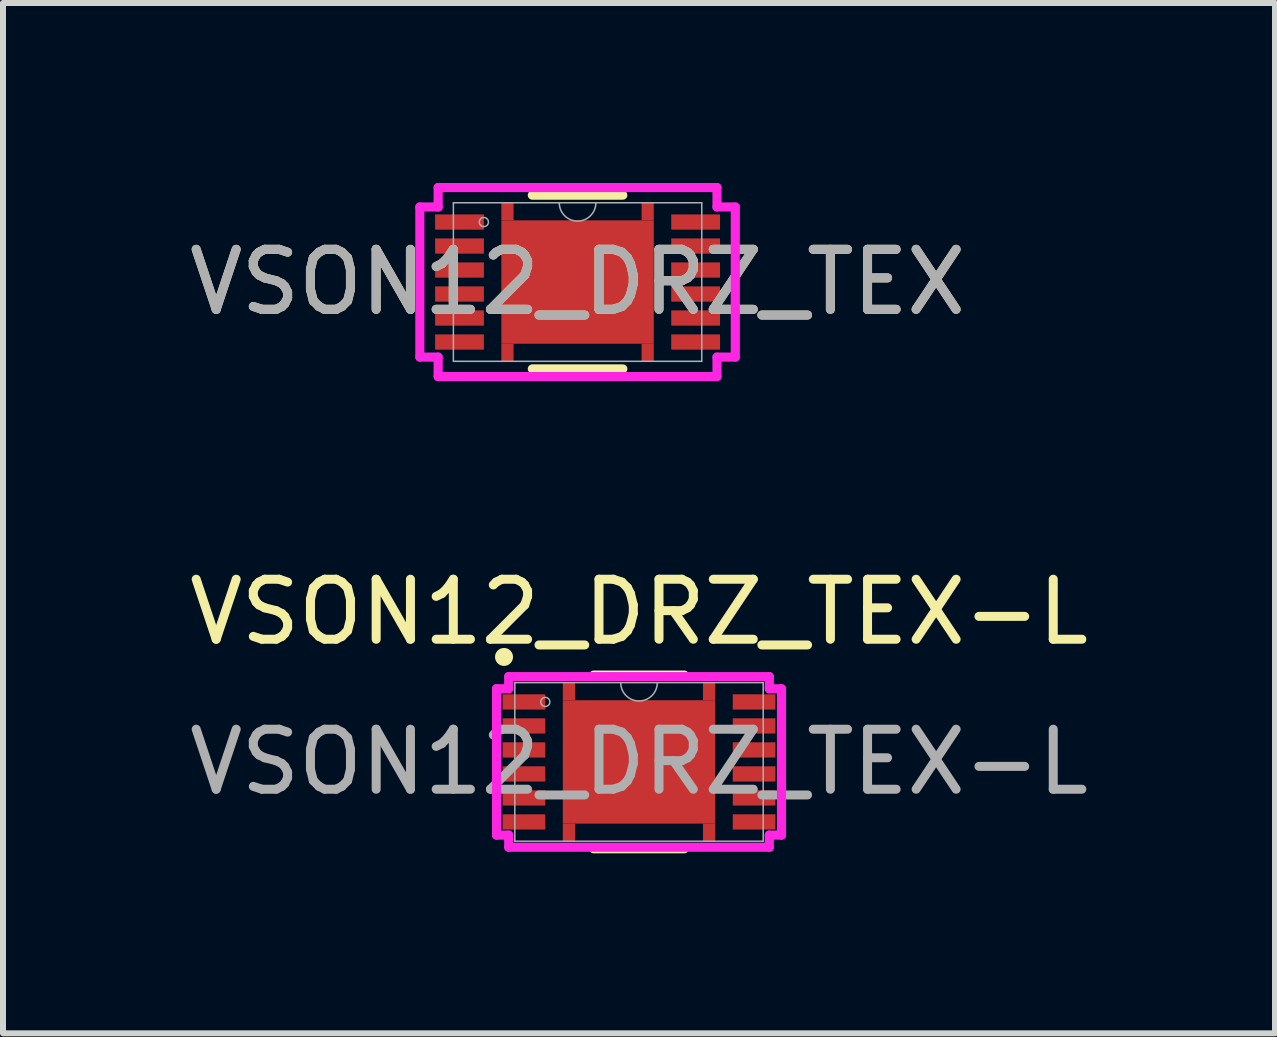
<source format=kicad_pcb>
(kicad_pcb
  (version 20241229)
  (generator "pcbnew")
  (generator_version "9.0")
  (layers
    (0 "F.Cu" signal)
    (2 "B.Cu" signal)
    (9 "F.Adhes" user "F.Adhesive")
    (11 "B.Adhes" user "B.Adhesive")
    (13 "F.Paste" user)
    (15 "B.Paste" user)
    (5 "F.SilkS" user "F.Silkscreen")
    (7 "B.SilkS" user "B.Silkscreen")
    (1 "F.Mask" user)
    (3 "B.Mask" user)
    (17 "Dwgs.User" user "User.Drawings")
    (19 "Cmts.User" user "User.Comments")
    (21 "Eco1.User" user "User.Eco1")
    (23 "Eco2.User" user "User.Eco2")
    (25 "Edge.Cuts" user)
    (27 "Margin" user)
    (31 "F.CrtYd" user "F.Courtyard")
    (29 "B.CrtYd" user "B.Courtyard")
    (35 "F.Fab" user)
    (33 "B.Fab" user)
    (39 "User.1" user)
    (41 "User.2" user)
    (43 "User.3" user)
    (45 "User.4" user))
  (footprint "VSON12_DRZ_TEX"
    (layer "F.Cu")
    (at 6.577 1.651)
    (property "Reference" "VSON12_DRZ_TEX" (at 0 0 0) (unlocked yes) (layer "F.SilkS") (effects (font (size 1 1) (thickness 0.15))))
    (attr smd)
    (fp_poly (pts (xy -1.27 -1.029) (xy -1.27 -1.333) (xy -1.067 -1.333) (xy -1.067 -1.029)) (stroke (width 0) (type solid)) (fill yes) (layer "F.Cu"))
    (fp_poly (pts (xy -1.27 1.029) (xy -1.27 1.333) (xy -1.067 1.333) (xy -1.067 1.029)) (stroke (width 0) (type solid)) (fill yes) (layer "F.Cu"))
    (fp_poly (pts (xy 1.27 -1.029) (xy 1.27 -1.333) (xy 1.067 -1.333) (xy 1.067 -1.029)) (stroke (width 0) (type solid)) (fill yes) (layer "F.Cu"))
    (fp_poly (pts (xy 1.27 1.029) (xy 1.27 1.333) (xy 1.067 1.333) (xy 1.067 1.029)) (stroke (width 0) (type solid)) (fill yes) (layer "F.Cu"))
    (fp_poly (pts (xy -1.27 -1.029) (xy -1.27 -1.333) (xy -1.067 -1.333) (xy -1.067 -1.029)) (stroke (width 0) (type solid)) (fill yes) (layer "F.Mask"))
    (fp_poly (pts (xy -1.27 1.029) (xy -1.27 1.333) (xy -1.067 1.333) (xy -1.067 1.029)) (stroke (width 0) (type solid)) (fill yes) (layer "F.Mask"))
    (fp_poly (pts (xy 1.27 -1.029) (xy 1.27 -1.333) (xy 1.067 -1.333) (xy 1.067 -1.029)) (stroke (width 0) (type solid)) (fill yes) (layer "F.Mask"))
    (fp_poly (pts (xy 1.27 1.029) (xy 1.27 1.333) (xy 1.067 1.333) (xy 1.067 1.029)) (stroke (width 0) (type solid)) (fill yes) (layer "F.Mask"))
    (fp_line (start -0.754 1.448) (end 0.754 1.448) (stroke (width 0.152) (type solid)) (layer "F.SilkS"))
    (fp_line (start 0.754 -1.448) (end -0.754 -1.448) (stroke (width 0.152) (type solid)) (layer "F.SilkS"))
    (fp_poly (pts (xy -1.27 -1.029) (xy -1.27 -1.333) (xy -1.067 -1.333) (xy -1.067 -1.029)) (stroke (width 0) (type solid)) (fill yes) (layer "F.Paste"))
    (fp_poly (pts (xy -1.27 1.029) (xy -1.27 1.333) (xy -1.067 1.333) (xy -1.067 1.029)) (stroke (width 0) (type solid)) (fill yes) (layer "F.Paste"))
    (fp_poly (pts (xy 1.27 -1.029) (xy 1.27 -1.333) (xy 1.067 -1.333) (xy 1.067 -1.029)) (stroke (width 0) (type solid)) (fill yes) (layer "F.Paste"))
    (fp_poly (pts (xy 1.27 1.029) (xy 1.27 1.333) (xy 1.067 1.333) (xy 1.067 1.029)) (stroke (width 0) (type solid)) (fill yes) (layer "F.Paste"))
    (fp_line (start -2.629 -1.251) (end -2.324 -1.251) (stroke (width 0.152) (type solid)) (layer "F.CrtYd"))
    (fp_line (start -2.629 1.251) (end -2.629 -1.251) (stroke (width 0.152) (type solid)) (layer "F.CrtYd"))
    (fp_line (start -2.629 1.251) (end -2.324 1.251) (stroke (width 0.152) (type solid)) (layer "F.CrtYd"))
    (fp_line (start -2.324 -1.575) (end 2.324 -1.575) (stroke (width 0.152) (type solid)) (layer "F.CrtYd"))
    (fp_line (start -2.324 -1.251) (end -2.324 -1.575) (stroke (width 0.152) (type solid)) (layer "F.CrtYd"))
    (fp_line (start -2.324 1.575) (end -2.324 1.251) (stroke (width 0.152) (type solid)) (layer "F.CrtYd"))
    (fp_line (start 2.324 -1.575) (end 2.324 -1.251) (stroke (width 0.152) (type solid)) (layer "F.CrtYd"))
    (fp_line (start 2.324 1.251) (end 2.324 1.575) (stroke (width 0.152) (type solid)) (layer "F.CrtYd"))
    (fp_line (start 2.324 1.575) (end -2.324 1.575) (stroke (width 0.152) (type solid)) (layer "F.CrtYd"))
    (fp_line (start 2.629 -1.251) (end 2.324 -1.251) (stroke (width 0.152) (type solid)) (layer "F.CrtYd"))
    (fp_line (start 2.629 -1.251) (end 2.629 1.251) (stroke (width 0.152) (type solid)) (layer "F.CrtYd"))
    (fp_line (start 2.629 1.251) (end 2.324 1.251) (stroke (width 0.152) (type solid)) (layer "F.CrtYd"))
    (fp_line (start -2.07 -1.321) (end -2.07 1.321) (stroke (width 0.025) (type solid)) (layer "F.Fab"))
    (fp_line (start -2.07 1.321) (end 2.07 1.321) (stroke (width 0.025) (type solid)) (layer "F.Fab"))
    (fp_line (start 2.07 -1.321) (end -2.07 -1.321) (stroke (width 0.025) (type solid)) (layer "F.Fab"))
    (fp_line (start 2.07 1.321) (end 2.07 -1.321) (stroke (width 0.025) (type solid)) (layer "F.Fab"))
    (fp_arc (start 0.3048 -1.3208) (mid 0 -1.016) (end -0.3048 -1.3208) (stroke (width 0.0254) (type solid)) (layer "F.Fab"))
    (fp_circle (center -1.562 -1) (end -1.486 -1) (stroke (width 0.025) (type solid)) (fill no) (layer "F.Fab"))
    (fp_text user "${REFERENCE}" (at 0 0 0) (unlocked yes) (layer "F.Fab") (effects (font (size 1 1) (thickness 0.15))))
    (pad "1" smd rect (at -1.968 -1) (size 0.813 0.254) (layers "F.Cu" "F.Mask" "F.Paste"))
    (pad "2" smd rect (at -1.968 -0.6) (size 0.813 0.254) (layers "F.Cu" "F.Mask" "F.Paste"))
    (pad "3" smd rect (at -1.968 -0.2) (size 0.813 0.254) (layers "F.Cu" "F.Mask" "F.Paste"))
    (pad "4" smd rect (at -1.968 0.2) (size 0.813 0.254) (layers "F.Cu" "F.Mask" "F.Paste"))
    (pad "5" smd rect (at -1.968 0.6) (size 0.813 0.254) (layers "F.Cu" "F.Mask" "F.Paste"))
    (pad "6" smd rect (at -1.968 1) (size 0.813 0.254) (layers "F.Cu" "F.Mask" "F.Paste"))
    (pad "7" smd rect (at 1.968 1) (size 0.813 0.254) (layers "F.Cu" "F.Mask" "F.Paste"))
    (pad "8" smd rect (at 1.968 0.6) (size 0.813 0.254) (layers "F.Cu" "F.Mask" "F.Paste"))
    (pad "9" smd rect (at 1.968 0.2) (size 0.813 0.254) (layers "F.Cu" "F.Mask" "F.Paste"))
    (pad "10" smd rect (at 1.968 -0.2) (size 0.813 0.254) (layers "F.Cu" "F.Mask" "F.Paste"))
    (pad "11" smd rect (at 1.968 -0.6) (size 0.813 0.254) (layers "F.Cu" "F.Mask" "F.Paste"))
    (pad "12" smd rect (at 1.968 -1) (size 0.813 0.254) (layers "F.Cu" "F.Mask" "F.Paste"))
    (pad "13" smd rect (at 0 0) (size 2.54 2.057) (layers "F.Cu" "F.Mask" "F.Paste")))
  (footprint "VSON12_DRZ_TEX-L"
    (layer "F.Cu")
    (at 7.601 9.65)
    (property "Reference" "VSON12_DRZ_TEX-L" (at 0 -2.5 0) (unlocked yes) (layer "F.SilkS") (effects (font (size 1 1) (thickness 0.15))))
    (attr smd)
    (fp_poly (pts (xy -1.27 -1.029) (xy -1.27 -1.333) (xy -1.067 -1.333) (xy -1.067 -1.029)) (stroke (width 0) (type solid)) (fill yes) (layer "F.Cu"))
    (fp_poly (pts (xy -1.27 1.029) (xy -1.27 1.333) (xy -1.067 1.333) (xy -1.067 1.029)) (stroke (width 0) (type solid)) (fill yes) (layer "F.Cu"))
    (fp_poly (pts (xy 1.27 -1.029) (xy 1.27 -1.333) (xy 1.067 -1.333) (xy 1.067 -1.029)) (stroke (width 0) (type solid)) (fill yes) (layer "F.Cu"))
    (fp_poly (pts (xy 1.27 1.029) (xy 1.27 1.333) (xy 1.067 1.333) (xy 1.067 1.029)) (stroke (width 0) (type solid)) (fill yes) (layer "F.Cu"))
    (fp_poly (pts (xy -1.27 -1.029) (xy -1.27 -1.333) (xy -1.067 -1.333) (xy -1.067 -1.029)) (stroke (width 0) (type solid)) (fill yes) (layer "F.Mask"))
    (fp_poly (pts (xy -1.27 1.029) (xy -1.27 1.333) (xy -1.067 1.333) (xy -1.067 1.029)) (stroke (width 0) (type solid)) (fill yes) (layer "F.Mask"))
    (fp_poly (pts (xy 1.27 -1.029) (xy 1.27 -1.333) (xy 1.067 -1.333) (xy 1.067 -1.029)) (stroke (width 0) (type solid)) (fill yes) (layer "F.Mask"))
    (fp_poly (pts (xy 1.27 1.029) (xy 1.27 1.333) (xy 1.067 1.333) (xy 1.067 1.029)) (stroke (width 0) (type solid)) (fill yes) (layer "F.Mask"))
    (fp_line (start -0.754 1.448) (end 0.754 1.448) (stroke (width 0.152) (type solid)) (layer "F.SilkS"))
    (fp_line (start 0.754 -1.448) (end -0.754 -1.448) (stroke (width 0.152) (type solid)) (layer "F.SilkS"))
    (fp_circle (center -2.25 -1.75) (end -2.1 -1.75) (stroke (width 0) (type solid)) (fill yes) (layer "F.SilkS"))
    (fp_poly (pts (xy -1.27 -1.029) (xy -1.27 -1.333) (xy -1.067 -1.333) (xy -1.067 -1.029)) (stroke (width 0) (type solid)) (fill yes) (layer "F.Paste"))
    (fp_poly (pts (xy -1.27 1.029) (xy -1.27 1.333) (xy -1.067 1.333) (xy -1.067 1.029)) (stroke (width 0) (type solid)) (fill yes) (layer "F.Paste"))
    (fp_poly (pts (xy 1.27 -1.029) (xy 1.27 -1.333) (xy 1.067 -1.333) (xy 1.067 -1.029)) (stroke (width 0) (type solid)) (fill yes) (layer "F.Paste"))
    (fp_poly (pts (xy 1.27 1.029) (xy 1.27 1.333) (xy 1.067 1.333) (xy 1.067 1.029)) (stroke (width 0) (type solid)) (fill yes) (layer "F.Paste"))
    (fp_line (start -2.375 -1.22) (end -2.172 -1.22) (stroke (width 0.152) (type solid)) (layer "F.CrtYd"))
    (fp_line (start -2.375 1.22) (end -2.375 -1.22) (stroke (width 0.152) (type solid)) (layer "F.CrtYd"))
    (fp_line (start -2.375 1.22) (end -2.172 1.22) (stroke (width 0.152) (type solid)) (layer "F.CrtYd"))
    (fp_line (start -2.172 -1.422) (end 2.172 -1.422) (stroke (width 0.152) (type solid)) (layer "F.CrtYd"))
    (fp_line (start -2.172 -1.22) (end -2.172 -1.422) (stroke (width 0.152) (type solid)) (layer "F.CrtYd"))
    (fp_line (start -2.172 1.422) (end -2.172 1.22) (stroke (width 0.152) (type solid)) (layer "F.CrtYd"))
    (fp_line (start 2.172 -1.422) (end 2.172 -1.22) (stroke (width 0.152) (type solid)) (layer "F.CrtYd"))
    (fp_line (start 2.172 1.22) (end 2.172 1.422) (stroke (width 0.152) (type solid)) (layer "F.CrtYd"))
    (fp_line (start 2.172 1.422) (end -2.172 1.422) (stroke (width 0.152) (type solid)) (layer "F.CrtYd"))
    (fp_line (start 2.375 -1.22) (end 2.172 -1.22) (stroke (width 0.152) (type solid)) (layer "F.CrtYd"))
    (fp_line (start 2.375 -1.22) (end 2.375 1.22) (stroke (width 0.152) (type solid)) (layer "F.CrtYd"))
    (fp_line (start 2.375 1.22) (end 2.172 1.22) (stroke (width 0.152) (type solid)) (layer "F.CrtYd"))
    (fp_line (start -2.07 -1.321) (end -2.07 1.321) (stroke (width 0.025) (type solid)) (layer "F.Fab"))
    (fp_line (start -2.07 1.321) (end 2.07 1.321) (stroke (width 0.025) (type solid)) (layer "F.Fab"))
    (fp_line (start 2.07 -1.321) (end -2.07 -1.321) (stroke (width 0.025) (type solid)) (layer "F.Fab"))
    (fp_line (start 2.07 1.321) (end 2.07 -1.321) (stroke (width 0.025) (type solid)) (layer "F.Fab"))
    (fp_arc (start 0.3048 -1.3208) (mid 0 -1.016) (end -0.3048 -1.3208) (stroke (width 0.0254) (type solid)) (layer "F.Fab"))
    (fp_circle (center -1.562 -1) (end -1.486 -1) (stroke (width 0.025) (type solid)) (fill no) (layer "F.Fab"))
    (fp_text user "${REFERENCE}" (at 0 0 0) (unlocked yes) (layer "F.Fab") (effects (font (size 1 1) (thickness 0.15))))
    (pad "1" smd rect (at -1.918 -1) (size 0.711 0.254) (layers "F.Cu" "F.Mask" "F.Paste"))
    (pad "2" smd rect (at -1.918 -0.6) (size 0.711 0.254) (layers "F.Cu" "F.Mask" "F.Paste"))
    (pad "3" smd rect (at -1.918 -0.2) (size 0.711 0.254) (layers "F.Cu" "F.Mask" "F.Paste"))
    (pad "4" smd rect (at -1.918 0.2) (size 0.711 0.254) (layers "F.Cu" "F.Mask" "F.Paste"))
    (pad "5" smd rect (at -1.918 0.6) (size 0.711 0.254) (layers "F.Cu" "F.Mask" "F.Paste"))
    (pad "6" smd rect (at -1.918 1) (size 0.711 0.254) (layers "F.Cu" "F.Mask" "F.Paste"))
    (pad "7" smd rect (at 1.918 1) (size 0.711 0.254) (layers "F.Cu" "F.Mask" "F.Paste"))
    (pad "8" smd rect (at 1.918 0.6) (size 0.711 0.254) (layers "F.Cu" "F.Mask" "F.Paste"))
    (pad "9" smd rect (at 1.918 0.2) (size 0.711 0.254) (layers "F.Cu" "F.Mask" "F.Paste"))
    (pad "10" smd rect (at 1.918 -0.2) (size 0.711 0.254) (layers "F.Cu" "F.Mask" "F.Paste"))
    (pad "11" smd rect (at 1.918 -0.6) (size 0.711 0.254) (layers "F.Cu" "F.Mask" "F.Paste"))
    (pad "12" smd rect (at 1.918 -1) (size 0.711 0.254) (layers "F.Cu" "F.Mask" "F.Paste"))
    (pad "13" smd rect (at 0 0) (size 2.54 2.057) (layers "F.Cu" "F.Mask" "F.Paste")))
  (gr_rect
    (start -3 -3)
    (end 18.202 14.174)
    (stroke (width 0.1) (type default))
    (fill no)
    (layer "Edge.Cuts")))
</source>
